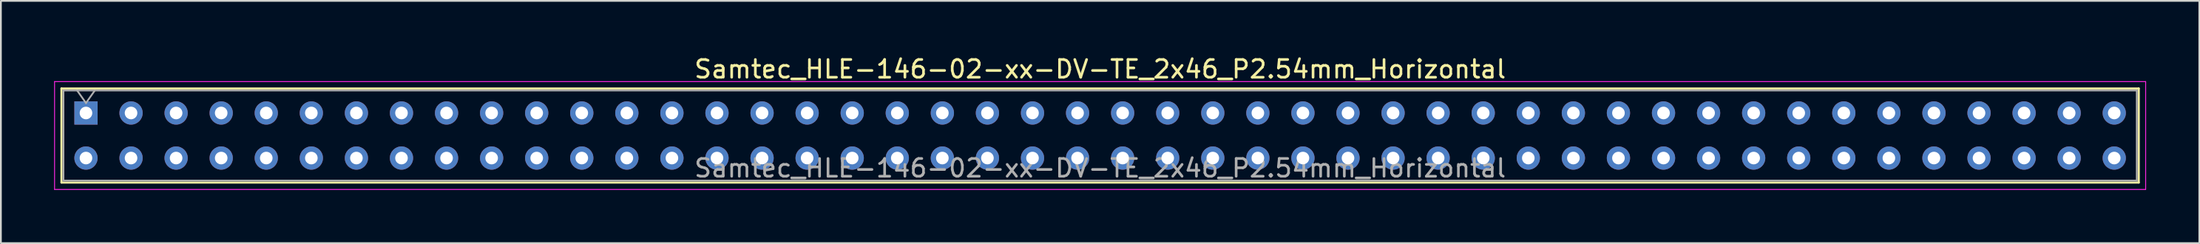
<source format=kicad_pcb>
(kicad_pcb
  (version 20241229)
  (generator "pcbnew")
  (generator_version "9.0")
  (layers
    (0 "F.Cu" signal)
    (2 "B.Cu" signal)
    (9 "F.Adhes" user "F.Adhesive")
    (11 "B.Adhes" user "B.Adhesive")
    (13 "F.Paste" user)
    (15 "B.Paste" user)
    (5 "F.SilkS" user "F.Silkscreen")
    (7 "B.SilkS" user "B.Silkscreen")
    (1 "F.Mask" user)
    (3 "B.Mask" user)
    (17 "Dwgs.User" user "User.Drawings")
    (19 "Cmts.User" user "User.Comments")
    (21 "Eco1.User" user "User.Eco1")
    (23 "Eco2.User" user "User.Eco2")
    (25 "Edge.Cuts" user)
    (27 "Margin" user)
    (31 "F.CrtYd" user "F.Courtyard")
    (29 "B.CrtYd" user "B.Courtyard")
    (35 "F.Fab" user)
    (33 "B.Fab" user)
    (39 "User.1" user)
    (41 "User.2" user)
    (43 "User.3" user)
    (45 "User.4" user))
  (footprint "Samtec_HLE-146-02-xx-DV-TE_2x46_P2.54mm_Horizontal"
    (layer "F.Cu")
    (at 1.795 3.318)
    (property "Reference" "Samtec_HLE-146-02-xx-DV-TE_2x46_P2.54mm_Horizontal" (at 57.15 -2.47 0) (layer "F.SilkS") (effects (font (size 1 1) (thickness 0.15))))
    (attr through_hole)
    (fp_line (start -1.38 -1.38) (end 115.68 -1.38) (stroke (width 0.12) (type solid)) (layer "F.SilkS"))
    (fp_line (start -1.38 3.92) (end -1.38 -1.38) (stroke (width 0.12) (type solid)) (layer "F.SilkS"))
    (fp_line (start 115.68 -1.38) (end 115.68 3.92) (stroke (width 0.12) (type solid)) (layer "F.SilkS"))
    (fp_line (start 115.68 3.92) (end -1.38 3.92) (stroke (width 0.12) (type solid)) (layer "F.SilkS"))
    (fp_line (start -1.77 -1.77) (end 116.07 -1.77) (stroke (width 0.05) (type solid)) (layer "F.CrtYd"))
    (fp_line (start -1.77 4.31) (end -1.77 -1.77) (stroke (width 0.05) (type solid)) (layer "F.CrtYd"))
    (fp_line (start 116.07 -1.77) (end 116.07 4.31) (stroke (width 0.05) (type solid)) (layer "F.CrtYd"))
    (fp_line (start 116.07 4.31) (end -1.77 4.31) (stroke (width 0.05) (type solid)) (layer "F.CrtYd"))
    (fp_line (start -1.27 -1.27) (end 115.57 -1.27) (stroke (width 0.1) (type solid)) (layer "F.Fab"))
    (fp_line (start -1.27 3.81) (end -1.27 -1.27) (stroke (width 0.1) (type solid)) (layer "F.Fab"))
    (fp_line (start -0.5 -1.27) (end 0 -0.563) (stroke (width 0.1) (type solid)) (layer "F.Fab"))
    (fp_line (start 0 -0.563) (end 0.5 -1.27) (stroke (width 0.1) (type solid)) (layer "F.Fab"))
    (fp_line (start 115.57 -1.27) (end 115.57 3.81) (stroke (width 0.1) (type solid)) (layer "F.Fab"))
    (fp_line (start 115.57 3.81) (end -1.27 3.81) (stroke (width 0.1) (type solid)) (layer "F.Fab"))
    (fp_text user "${REFERENCE}" (at 57.15 3.11 0) (layer "F.Fab") (effects (font (size 1 1) (thickness 0.15))))
    (pad "1" thru_hole rect (at 0 0) (size 1.31 1.31) (drill 0.71) (layers "*.Cu" "*.Mask"))
    (pad "2" thru_hole circle (at 0 2.54) (size 1.31 1.31) (drill 0.71) (layers "*.Cu" "*.Mask"))
    (pad "3" thru_hole circle (at 2.54 0) (size 1.31 1.31) (drill 0.71) (layers "*.Cu" "*.Mask"))
    (pad "4" thru_hole circle (at 2.54 2.54) (size 1.31 1.31) (drill 0.71) (layers "*.Cu" "*.Mask"))
    (pad "5" thru_hole circle (at 5.08 0) (size 1.31 1.31) (drill 0.71) (layers "*.Cu" "*.Mask"))
    (pad "6" thru_hole circle (at 5.08 2.54) (size 1.31 1.31) (drill 0.71) (layers "*.Cu" "*.Mask"))
    (pad "7" thru_hole circle (at 7.62 0) (size 1.31 1.31) (drill 0.71) (layers "*.Cu" "*.Mask"))
    (pad "8" thru_hole circle (at 7.62 2.54) (size 1.31 1.31) (drill 0.71) (layers "*.Cu" "*.Mask"))
    (pad "9" thru_hole circle (at 10.16 0) (size 1.31 1.31) (drill 0.71) (layers "*.Cu" "*.Mask"))
    (pad "10" thru_hole circle (at 10.16 2.54) (size 1.31 1.31) (drill 0.71) (layers "*.Cu" "*.Mask"))
    (pad "11" thru_hole circle (at 12.7 0) (size 1.31 1.31) (drill 0.71) (layers "*.Cu" "*.Mask"))
    (pad "12" thru_hole circle (at 12.7 2.54) (size 1.31 1.31) (drill 0.71) (layers "*.Cu" "*.Mask"))
    (pad "13" thru_hole circle (at 15.24 0) (size 1.31 1.31) (drill 0.71) (layers "*.Cu" "*.Mask"))
    (pad "14" thru_hole circle (at 15.24 2.54) (size 1.31 1.31) (drill 0.71) (layers "*.Cu" "*.Mask"))
    (pad "15" thru_hole circle (at 17.78 0) (size 1.31 1.31) (drill 0.71) (layers "*.Cu" "*.Mask"))
    (pad "16" thru_hole circle (at 17.78 2.54) (size 1.31 1.31) (drill 0.71) (layers "*.Cu" "*.Mask"))
    (pad "17" thru_hole circle (at 20.32 0) (size 1.31 1.31) (drill 0.71) (layers "*.Cu" "*.Mask"))
    (pad "18" thru_hole circle (at 20.32 2.54) (size 1.31 1.31) (drill 0.71) (layers "*.Cu" "*.Mask"))
    (pad "19" thru_hole circle (at 22.86 0) (size 1.31 1.31) (drill 0.71) (layers "*.Cu" "*.Mask"))
    (pad "20" thru_hole circle (at 22.86 2.54) (size 1.31 1.31) (drill 0.71) (layers "*.Cu" "*.Mask"))
    (pad "21" thru_hole circle (at 25.4 0) (size 1.31 1.31) (drill 0.71) (layers "*.Cu" "*.Mask"))
    (pad "22" thru_hole circle (at 25.4 2.54) (size 1.31 1.31) (drill 0.71) (layers "*.Cu" "*.Mask"))
    (pad "23" thru_hole circle (at 27.94 0) (size 1.31 1.31) (drill 0.71) (layers "*.Cu" "*.Mask"))
    (pad "24" thru_hole circle (at 27.94 2.54) (size 1.31 1.31) (drill 0.71) (layers "*.Cu" "*.Mask"))
    (pad "25" thru_hole circle (at 30.48 0) (size 1.31 1.31) (drill 0.71) (layers "*.Cu" "*.Mask"))
    (pad "26" thru_hole circle (at 30.48 2.54) (size 1.31 1.31) (drill 0.71) (layers "*.Cu" "*.Mask"))
    (pad "27" thru_hole circle (at 33.02 0) (size 1.31 1.31) (drill 0.71) (layers "*.Cu" "*.Mask"))
    (pad "28" thru_hole circle (at 33.02 2.54) (size 1.31 1.31) (drill 0.71) (layers "*.Cu" "*.Mask"))
    (pad "29" thru_hole circle (at 35.56 0) (size 1.31 1.31) (drill 0.71) (layers "*.Cu" "*.Mask"))
    (pad "30" thru_hole circle (at 35.56 2.54) (size 1.31 1.31) (drill 0.71) (layers "*.Cu" "*.Mask"))
    (pad "31" thru_hole circle (at 38.1 0) (size 1.31 1.31) (drill 0.71) (layers "*.Cu" "*.Mask"))
    (pad "32" thru_hole circle (at 38.1 2.54) (size 1.31 1.31) (drill 0.71) (layers "*.Cu" "*.Mask"))
    (pad "33" thru_hole circle (at 40.64 0) (size 1.31 1.31) (drill 0.71) (layers "*.Cu" "*.Mask"))
    (pad "34" thru_hole circle (at 40.64 2.54) (size 1.31 1.31) (drill 0.71) (layers "*.Cu" "*.Mask"))
    (pad "35" thru_hole circle (at 43.18 0) (size 1.31 1.31) (drill 0.71) (layers "*.Cu" "*.Mask"))
    (pad "36" thru_hole circle (at 43.18 2.54) (size 1.31 1.31) (drill 0.71) (layers "*.Cu" "*.Mask"))
    (pad "37" thru_hole circle (at 45.72 0) (size 1.31 1.31) (drill 0.71) (layers "*.Cu" "*.Mask"))
    (pad "38" thru_hole circle (at 45.72 2.54) (size 1.31 1.31) (drill 0.71) (layers "*.Cu" "*.Mask"))
    (pad "39" thru_hole circle (at 48.26 0) (size 1.31 1.31) (drill 0.71) (layers "*.Cu" "*.Mask"))
    (pad "40" thru_hole circle (at 48.26 2.54) (size 1.31 1.31) (drill 0.71) (layers "*.Cu" "*.Mask"))
    (pad "41" thru_hole circle (at 50.8 0) (size 1.31 1.31) (drill 0.71) (layers "*.Cu" "*.Mask"))
    (pad "42" thru_hole circle (at 50.8 2.54) (size 1.31 1.31) (drill 0.71) (layers "*.Cu" "*.Mask"))
    (pad "43" thru_hole circle (at 53.34 0) (size 1.31 1.31) (drill 0.71) (layers "*.Cu" "*.Mask"))
    (pad "44" thru_hole circle (at 53.34 2.54) (size 1.31 1.31) (drill 0.71) (layers "*.Cu" "*.Mask"))
    (pad "45" thru_hole circle (at 55.88 0) (size 1.31 1.31) (drill 0.71) (layers "*.Cu" "*.Mask"))
    (pad "46" thru_hole circle (at 55.88 2.54) (size 1.31 1.31) (drill 0.71) (layers "*.Cu" "*.Mask"))
    (pad "47" thru_hole circle (at 58.42 0) (size 1.31 1.31) (drill 0.71) (layers "*.Cu" "*.Mask"))
    (pad "48" thru_hole circle (at 58.42 2.54) (size 1.31 1.31) (drill 0.71) (layers "*.Cu" "*.Mask"))
    (pad "49" thru_hole circle (at 60.96 0) (size 1.31 1.31) (drill 0.71) (layers "*.Cu" "*.Mask"))
    (pad "50" thru_hole circle (at 60.96 2.54) (size 1.31 1.31) (drill 0.71) (layers "*.Cu" "*.Mask"))
    (pad "51" thru_hole circle (at 63.5 0) (size 1.31 1.31) (drill 0.71) (layers "*.Cu" "*.Mask"))
    (pad "52" thru_hole circle (at 63.5 2.54) (size 1.31 1.31) (drill 0.71) (layers "*.Cu" "*.Mask"))
    (pad "53" thru_hole circle (at 66.04 0) (size 1.31 1.31) (drill 0.71) (layers "*.Cu" "*.Mask"))
    (pad "54" thru_hole circle (at 66.04 2.54) (size 1.31 1.31) (drill 0.71) (layers "*.Cu" "*.Mask"))
    (pad "55" thru_hole circle (at 68.58 0) (size 1.31 1.31) (drill 0.71) (layers "*.Cu" "*.Mask"))
    (pad "56" thru_hole circle (at 68.58 2.54) (size 1.31 1.31) (drill 0.71) (layers "*.Cu" "*.Mask"))
    (pad "57" thru_hole circle (at 71.12 0) (size 1.31 1.31) (drill 0.71) (layers "*.Cu" "*.Mask"))
    (pad "58" thru_hole circle (at 71.12 2.54) (size 1.31 1.31) (drill 0.71) (layers "*.Cu" "*.Mask"))
    (pad "59" thru_hole circle (at 73.66 0) (size 1.31 1.31) (drill 0.71) (layers "*.Cu" "*.Mask"))
    (pad "60" thru_hole circle (at 73.66 2.54) (size 1.31 1.31) (drill 0.71) (layers "*.Cu" "*.Mask"))
    (pad "61" thru_hole circle (at 76.2 0) (size 1.31 1.31) (drill 0.71) (layers "*.Cu" "*.Mask"))
    (pad "62" thru_hole circle (at 76.2 2.54) (size 1.31 1.31) (drill 0.71) (layers "*.Cu" "*.Mask"))
    (pad "63" thru_hole circle (at 78.74 0) (size 1.31 1.31) (drill 0.71) (layers "*.Cu" "*.Mask"))
    (pad "64" thru_hole circle (at 78.74 2.54) (size 1.31 1.31) (drill 0.71) (layers "*.Cu" "*.Mask"))
    (pad "65" thru_hole circle (at 81.28 0) (size 1.31 1.31) (drill 0.71) (layers "*.Cu" "*.Mask"))
    (pad "66" thru_hole circle (at 81.28 2.54) (size 1.31 1.31) (drill 0.71) (layers "*.Cu" "*.Mask"))
    (pad "67" thru_hole circle (at 83.82 0) (size 1.31 1.31) (drill 0.71) (layers "*.Cu" "*.Mask"))
    (pad "68" thru_hole circle (at 83.82 2.54) (size 1.31 1.31) (drill 0.71) (layers "*.Cu" "*.Mask"))
    (pad "69" thru_hole circle (at 86.36 0) (size 1.31 1.31) (drill 0.71) (layers "*.Cu" "*.Mask"))
    (pad "70" thru_hole circle (at 86.36 2.54) (size 1.31 1.31) (drill 0.71) (layers "*.Cu" "*.Mask"))
    (pad "71" thru_hole circle (at 88.9 0) (size 1.31 1.31) (drill 0.71) (layers "*.Cu" "*.Mask"))
    (pad "72" thru_hole circle (at 88.9 2.54) (size 1.31 1.31) (drill 0.71) (layers "*.Cu" "*.Mask"))
    (pad "73" thru_hole circle (at 91.44 0) (size 1.31 1.31) (drill 0.71) (layers "*.Cu" "*.Mask"))
    (pad "74" thru_hole circle (at 91.44 2.54) (size 1.31 1.31) (drill 0.71) (layers "*.Cu" "*.Mask"))
    (pad "75" thru_hole circle (at 93.98 0) (size 1.31 1.31) (drill 0.71) (layers "*.Cu" "*.Mask"))
    (pad "76" thru_hole circle (at 93.98 2.54) (size 1.31 1.31) (drill 0.71) (layers "*.Cu" "*.Mask"))
    (pad "77" thru_hole circle (at 96.52 0) (size 1.31 1.31) (drill 0.71) (layers "*.Cu" "*.Mask"))
    (pad "78" thru_hole circle (at 96.52 2.54) (size 1.31 1.31) (drill 0.71) (layers "*.Cu" "*.Mask"))
    (pad "79" thru_hole circle (at 99.06 0) (size 1.31 1.31) (drill 0.71) (layers "*.Cu" "*.Mask"))
    (pad "80" thru_hole circle (at 99.06 2.54) (size 1.31 1.31) (drill 0.71) (layers "*.Cu" "*.Mask"))
    (pad "81" thru_hole circle (at 101.6 0) (size 1.31 1.31) (drill 0.71) (layers "*.Cu" "*.Mask"))
    (pad "82" thru_hole circle (at 101.6 2.54) (size 1.31 1.31) (drill 0.71) (layers "*.Cu" "*.Mask"))
    (pad "83" thru_hole circle (at 104.14 0) (size 1.31 1.31) (drill 0.71) (layers "*.Cu" "*.Mask"))
    (pad "84" thru_hole circle (at 104.14 2.54) (size 1.31 1.31) (drill 0.71) (layers "*.Cu" "*.Mask"))
    (pad "85" thru_hole circle (at 106.68 0) (size 1.31 1.31) (drill 0.71) (layers "*.Cu" "*.Mask"))
    (pad "86" thru_hole circle (at 106.68 2.54) (size 1.31 1.31) (drill 0.71) (layers "*.Cu" "*.Mask"))
    (pad "87" thru_hole circle (at 109.22 0) (size 1.31 1.31) (drill 0.71) (layers "*.Cu" "*.Mask"))
    (pad "88" thru_hole circle (at 109.22 2.54) (size 1.31 1.31) (drill 0.71) (layers "*.Cu" "*.Mask"))
    (pad "89" thru_hole circle (at 111.76 0) (size 1.31 1.31) (drill 0.71) (layers "*.Cu" "*.Mask"))
    (pad "90" thru_hole circle (at 111.76 2.54) (size 1.31 1.31) (drill 0.71) (layers "*.Cu" "*.Mask"))
    (pad "91" thru_hole circle (at 114.3 0) (size 1.31 1.31) (drill 0.71) (layers "*.Cu" "*.Mask"))
    (pad "92" thru_hole circle (at 114.3 2.54) (size 1.31 1.31) (drill 0.71) (layers "*.Cu" "*.Mask")))
  (gr_rect
    (start -3 -3)
    (end 120.89 10.653)
    (stroke (width 0.1) (type default))
    (fill no)
    (layer "Edge.Cuts")))
</source>
